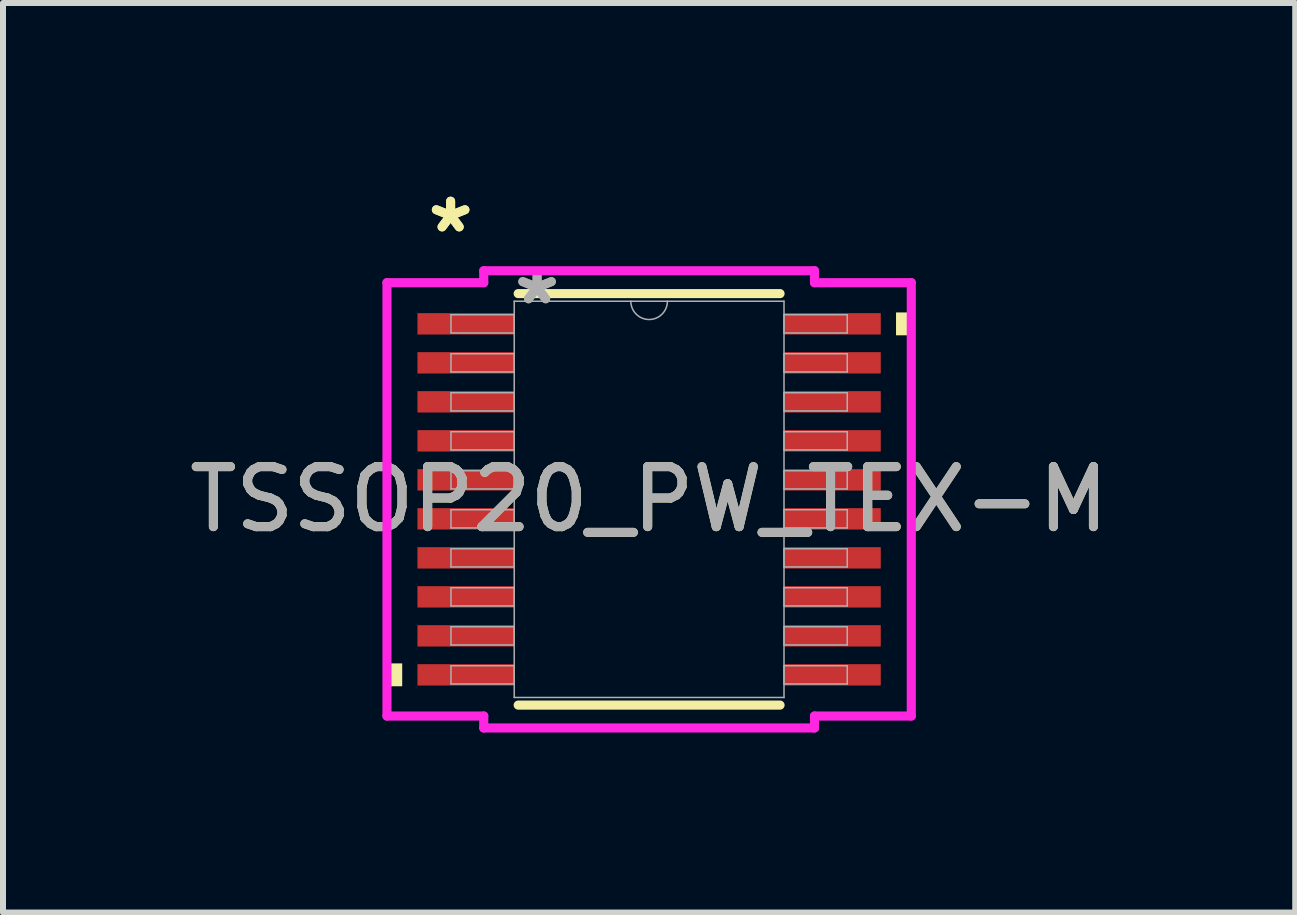
<source format=kicad_pcb>
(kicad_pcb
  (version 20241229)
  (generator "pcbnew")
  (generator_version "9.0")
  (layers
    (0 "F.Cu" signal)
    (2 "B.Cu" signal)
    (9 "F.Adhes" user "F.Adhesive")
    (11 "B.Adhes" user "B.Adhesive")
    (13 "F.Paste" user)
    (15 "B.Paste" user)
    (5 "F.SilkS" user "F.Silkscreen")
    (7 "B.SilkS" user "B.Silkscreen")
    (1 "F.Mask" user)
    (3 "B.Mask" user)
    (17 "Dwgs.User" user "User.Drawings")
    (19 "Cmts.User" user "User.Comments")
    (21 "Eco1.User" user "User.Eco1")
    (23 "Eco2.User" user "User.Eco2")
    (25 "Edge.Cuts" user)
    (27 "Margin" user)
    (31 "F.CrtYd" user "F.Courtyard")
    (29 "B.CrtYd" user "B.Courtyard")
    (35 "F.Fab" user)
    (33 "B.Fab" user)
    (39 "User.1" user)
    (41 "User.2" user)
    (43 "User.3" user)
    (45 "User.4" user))
  (footprint "TSSOP20_PW_TEX-M"
    (layer "F.Cu")
    (at 7.768 5.272)
    (property "Reference" "TSSOP20_PW_TEX-M" (at 0 0 0) (unlocked yes) (layer "F.SilkS") (effects (font (size 1 1) (thickness 0.15))))
    (attr smd)
    (fp_line (start -2.182 3.429) (end 2.182 3.429) (stroke (width 0.152) (type solid)) (layer "F.SilkS"))
    (fp_line (start 2.182 -3.429) (end -2.182 -3.429) (stroke (width 0.152) (type solid)) (layer "F.SilkS"))
    (fp_poly (pts (xy -4.369 2.734) (xy -4.369 3.115) (xy -4.115 3.115) (xy -4.115 2.734)) (stroke (width 0) (type solid)) (fill yes) (layer "F.SilkS"))
    (fp_poly (pts (xy 4.369 -3.115) (xy 4.369 -2.734) (xy 4.115 -2.734) (xy 4.115 -3.115)) (stroke (width 0) (type solid)) (fill yes) (layer "F.SilkS"))
    (fp_line (start -4.369 -3.611) (end -2.756 -3.611) (stroke (width 0.152) (type solid)) (layer "F.CrtYd"))
    (fp_line (start -4.369 3.611) (end -4.369 -3.611) (stroke (width 0.152) (type solid)) (layer "F.CrtYd"))
    (fp_line (start -4.369 3.611) (end -2.756 3.611) (stroke (width 0.152) (type solid)) (layer "F.CrtYd"))
    (fp_line (start -2.756 -3.81) (end 2.756 -3.81) (stroke (width 0.152) (type solid)) (layer "F.CrtYd"))
    (fp_line (start -2.756 -3.611) (end -2.756 -3.81) (stroke (width 0.152) (type solid)) (layer "F.CrtYd"))
    (fp_line (start -2.756 3.81) (end -2.756 3.611) (stroke (width 0.152) (type solid)) (layer "F.CrtYd"))
    (fp_line (start 2.756 -3.81) (end 2.756 -3.611) (stroke (width 0.152) (type solid)) (layer "F.CrtYd"))
    (fp_line (start 2.756 3.611) (end 2.756 3.81) (stroke (width 0.152) (type solid)) (layer "F.CrtYd"))
    (fp_line (start 2.756 3.81) (end -2.756 3.81) (stroke (width 0.152) (type solid)) (layer "F.CrtYd"))
    (fp_line (start 4.369 -3.611) (end 2.756 -3.611) (stroke (width 0.152) (type solid)) (layer "F.CrtYd"))
    (fp_line (start 4.369 -3.611) (end 4.369 3.611) (stroke (width 0.152) (type solid)) (layer "F.CrtYd"))
    (fp_line (start 4.369 3.611) (end 2.756 3.611) (stroke (width 0.152) (type solid)) (layer "F.CrtYd"))
    (fp_line (start -3.302 -3.077) (end -3.302 -2.773) (stroke (width 0.025) (type solid)) (layer "F.Fab"))
    (fp_line (start -3.302 -2.773) (end -2.248 -2.773) (stroke (width 0.025) (type solid)) (layer "F.Fab"))
    (fp_line (start -3.302 -2.427) (end -3.302 -2.123) (stroke (width 0.025) (type solid)) (layer "F.Fab"))
    (fp_line (start -3.302 -2.123) (end -2.248 -2.123) (stroke (width 0.025) (type solid)) (layer "F.Fab"))
    (fp_line (start -3.302 -1.777) (end -3.302 -1.473) (stroke (width 0.025) (type solid)) (layer "F.Fab"))
    (fp_line (start -3.302 -1.473) (end -2.248 -1.473) (stroke (width 0.025) (type solid)) (layer "F.Fab"))
    (fp_line (start -3.302 -1.127) (end -3.302 -0.823) (stroke (width 0.025) (type solid)) (layer "F.Fab"))
    (fp_line (start -3.302 -0.823) (end -2.248 -0.823) (stroke (width 0.025) (type solid)) (layer "F.Fab"))
    (fp_line (start -3.302 -0.477) (end -3.302 -0.173) (stroke (width 0.025) (type solid)) (layer "F.Fab"))
    (fp_line (start -3.302 -0.173) (end -2.248 -0.173) (stroke (width 0.025) (type solid)) (layer "F.Fab"))
    (fp_line (start -3.302 0.173) (end -3.302 0.477) (stroke (width 0.025) (type solid)) (layer "F.Fab"))
    (fp_line (start -3.302 0.477) (end -2.248 0.477) (stroke (width 0.025) (type solid)) (layer "F.Fab"))
    (fp_line (start -3.302 0.823) (end -3.302 1.127) (stroke (width 0.025) (type solid)) (layer "F.Fab"))
    (fp_line (start -3.302 1.127) (end -2.248 1.127) (stroke (width 0.025) (type solid)) (layer "F.Fab"))
    (fp_line (start -3.302 1.473) (end -3.302 1.777) (stroke (width 0.025) (type solid)) (layer "F.Fab"))
    (fp_line (start -3.302 1.777) (end -2.248 1.777) (stroke (width 0.025) (type solid)) (layer "F.Fab"))
    (fp_line (start -3.302 2.123) (end -3.302 2.427) (stroke (width 0.025) (type solid)) (layer "F.Fab"))
    (fp_line (start -3.302 2.427) (end -2.248 2.427) (stroke (width 0.025) (type solid)) (layer "F.Fab"))
    (fp_line (start -3.302 2.773) (end -3.302 3.077) (stroke (width 0.025) (type solid)) (layer "F.Fab"))
    (fp_line (start -3.302 3.077) (end -2.248 3.077) (stroke (width 0.025) (type solid)) (layer "F.Fab"))
    (fp_line (start -2.248 -3.302) (end -2.248 3.302) (stroke (width 0.025) (type solid)) (layer "F.Fab"))
    (fp_line (start -2.248 -3.077) (end -3.302 -3.077) (stroke (width 0.025) (type solid)) (layer "F.Fab"))
    (fp_line (start -2.248 -2.773) (end -2.248 -3.077) (stroke (width 0.025) (type solid)) (layer "F.Fab"))
    (fp_line (start -2.248 -2.427) (end -3.302 -2.427) (stroke (width 0.025) (type solid)) (layer "F.Fab"))
    (fp_line (start -2.248 -2.123) (end -2.248 -2.427) (stroke (width 0.025) (type solid)) (layer "F.Fab"))
    (fp_line (start -2.248 -1.777) (end -3.302 -1.777) (stroke (width 0.025) (type solid)) (layer "F.Fab"))
    (fp_line (start -2.248 -1.473) (end -2.248 -1.777) (stroke (width 0.025) (type solid)) (layer "F.Fab"))
    (fp_line (start -2.248 -1.127) (end -3.302 -1.127) (stroke (width 0.025) (type solid)) (layer "F.Fab"))
    (fp_line (start -2.248 -0.823) (end -2.248 -1.127) (stroke (width 0.025) (type solid)) (layer "F.Fab"))
    (fp_line (start -2.248 -0.477) (end -3.302 -0.477) (stroke (width 0.025) (type solid)) (layer "F.Fab"))
    (fp_line (start -2.248 -0.173) (end -2.248 -0.477) (stroke (width 0.025) (type solid)) (layer "F.Fab"))
    (fp_line (start -2.248 0.173) (end -3.302 0.173) (stroke (width 0.025) (type solid)) (layer "F.Fab"))
    (fp_line (start -2.248 0.477) (end -2.248 0.173) (stroke (width 0.025) (type solid)) (layer "F.Fab"))
    (fp_line (start -2.248 0.823) (end -3.302 0.823) (stroke (width 0.025) (type solid)) (layer "F.Fab"))
    (fp_line (start -2.248 1.127) (end -2.248 0.823) (stroke (width 0.025) (type solid)) (layer "F.Fab"))
    (fp_line (start -2.248 1.473) (end -3.302 1.473) (stroke (width 0.025) (type solid)) (layer "F.Fab"))
    (fp_line (start -2.248 1.777) (end -2.248 1.473) (stroke (width 0.025) (type solid)) (layer "F.Fab"))
    (fp_line (start -2.248 2.123) (end -3.302 2.123) (stroke (width 0.025) (type solid)) (layer "F.Fab"))
    (fp_line (start -2.248 2.427) (end -2.248 2.123) (stroke (width 0.025) (type solid)) (layer "F.Fab"))
    (fp_line (start -2.248 2.773) (end -3.302 2.773) (stroke (width 0.025) (type solid)) (layer "F.Fab"))
    (fp_line (start -2.248 3.077) (end -2.248 2.773) (stroke (width 0.025) (type solid)) (layer "F.Fab"))
    (fp_line (start -2.248 3.302) (end 2.248 3.302) (stroke (width 0.025) (type solid)) (layer "F.Fab"))
    (fp_line (start 2.248 -3.302) (end -2.248 -3.302) (stroke (width 0.025) (type solid)) (layer "F.Fab"))
    (fp_line (start 2.248 -3.077) (end 2.248 -2.773) (stroke (width 0.025) (type solid)) (layer "F.Fab"))
    (fp_line (start 2.248 -2.773) (end 3.302 -2.773) (stroke (width 0.025) (type solid)) (layer "F.Fab"))
    (fp_line (start 2.248 -2.427) (end 2.248 -2.123) (stroke (width 0.025) (type solid)) (layer "F.Fab"))
    (fp_line (start 2.248 -2.123) (end 3.302 -2.123) (stroke (width 0.025) (type solid)) (layer "F.Fab"))
    (fp_line (start 2.248 -1.777) (end 2.248 -1.473) (stroke (width 0.025) (type solid)) (layer "F.Fab"))
    (fp_line (start 2.248 -1.473) (end 3.302 -1.473) (stroke (width 0.025) (type solid)) (layer "F.Fab"))
    (fp_line (start 2.248 -1.127) (end 2.248 -0.823) (stroke (width 0.025) (type solid)) (layer "F.Fab"))
    (fp_line (start 2.248 -0.823) (end 3.302 -0.823) (stroke (width 0.025) (type solid)) (layer "F.Fab"))
    (fp_line (start 2.248 -0.477) (end 2.248 -0.173) (stroke (width 0.025) (type solid)) (layer "F.Fab"))
    (fp_line (start 2.248 -0.173) (end 3.302 -0.173) (stroke (width 0.025) (type solid)) (layer "F.Fab"))
    (fp_line (start 2.248 0.173) (end 2.248 0.477) (stroke (width 0.025) (type solid)) (layer "F.Fab"))
    (fp_line (start 2.248 0.477) (end 3.302 0.477) (stroke (width 0.025) (type solid)) (layer "F.Fab"))
    (fp_line (start 2.248 0.823) (end 2.248 1.127) (stroke (width 0.025) (type solid)) (layer "F.Fab"))
    (fp_line (start 2.248 1.127) (end 3.302 1.127) (stroke (width 0.025) (type solid)) (layer "F.Fab"))
    (fp_line (start 2.248 1.473) (end 2.248 1.777) (stroke (width 0.025) (type solid)) (layer "F.Fab"))
    (fp_line (start 2.248 1.777) (end 3.302 1.777) (stroke (width 0.025) (type solid)) (layer "F.Fab"))
    (fp_line (start 2.248 2.123) (end 2.248 2.427) (stroke (width 0.025) (type solid)) (layer "F.Fab"))
    (fp_line (start 2.248 2.427) (end 3.302 2.427) (stroke (width 0.025) (type solid)) (layer "F.Fab"))
    (fp_line (start 2.248 2.773) (end 2.248 3.077) (stroke (width 0.025) (type solid)) (layer "F.Fab"))
    (fp_line (start 2.248 3.077) (end 3.302 3.077) (stroke (width 0.025) (type solid)) (layer "F.Fab"))
    (fp_line (start 2.248 3.302) (end 2.248 -3.302) (stroke (width 0.025) (type solid)) (layer "F.Fab"))
    (fp_line (start 3.302 -3.077) (end 2.248 -3.077) (stroke (width 0.025) (type solid)) (layer "F.Fab"))
    (fp_line (start 3.302 -2.773) (end 3.302 -3.077) (stroke (width 0.025) (type solid)) (layer "F.Fab"))
    (fp_line (start 3.302 -2.427) (end 2.248 -2.427) (stroke (width 0.025) (type solid)) (layer "F.Fab"))
    (fp_line (start 3.302 -2.123) (end 3.302 -2.427) (stroke (width 0.025) (type solid)) (layer "F.Fab"))
    (fp_line (start 3.302 -1.777) (end 2.248 -1.777) (stroke (width 0.025) (type solid)) (layer "F.Fab"))
    (fp_line (start 3.302 -1.473) (end 3.302 -1.777) (stroke (width 0.025) (type solid)) (layer "F.Fab"))
    (fp_line (start 3.302 -1.127) (end 2.248 -1.127) (stroke (width 0.025) (type solid)) (layer "F.Fab"))
    (fp_line (start 3.302 -0.823) (end 3.302 -1.127) (stroke (width 0.025) (type solid)) (layer "F.Fab"))
    (fp_line (start 3.302 -0.477) (end 2.248 -0.477) (stroke (width 0.025) (type solid)) (layer "F.Fab"))
    (fp_line (start 3.302 -0.173) (end 3.302 -0.477) (stroke (width 0.025) (type solid)) (layer "F.Fab"))
    (fp_line (start 3.302 0.173) (end 2.248 0.173) (stroke (width 0.025) (type solid)) (layer "F.Fab"))
    (fp_line (start 3.302 0.477) (end 3.302 0.173) (stroke (width 0.025) (type solid)) (layer "F.Fab"))
    (fp_line (start 3.302 0.823) (end 2.248 0.823) (stroke (width 0.025) (type solid)) (layer "F.Fab"))
    (fp_line (start 3.302 1.127) (end 3.302 0.823) (stroke (width 0.025) (type solid)) (layer "F.Fab"))
    (fp_line (start 3.302 1.473) (end 2.248 1.473) (stroke (width 0.025) (type solid)) (layer "F.Fab"))
    (fp_line (start 3.302 1.777) (end 3.302 1.473) (stroke (width 0.025) (type solid)) (layer "F.Fab"))
    (fp_line (start 3.302 2.123) (end 2.248 2.123) (stroke (width 0.025) (type solid)) (layer "F.Fab"))
    (fp_line (start 3.302 2.427) (end 3.302 2.123) (stroke (width 0.025) (type solid)) (layer "F.Fab"))
    (fp_line (start 3.302 2.773) (end 2.248 2.773) (stroke (width 0.025) (type solid)) (layer "F.Fab"))
    (fp_line (start 3.302 3.077) (end 3.302 2.773) (stroke (width 0.025) (type solid)) (layer "F.Fab"))
    (fp_arc (start 0.3048 -3.302) (mid 0 -2.9972) (end -0.3048 -3.302) (stroke (width 0.0254) (type solid)) (layer "F.Fab"))
    (fp_text user "*" (at -3.308 -4.424 0) (unlocked yes) (layer "F.SilkS") (effects (font (size 1 1) (thickness 0.15))))
    (fp_text user "*" (at -3.308 -4.424 0) (layer "F.SilkS") (effects (font (size 1 1) (thickness 0.15))))
    (fp_text user "*" (at -1.867 -3.226 0) (layer "F.Fab") (effects (font (size 1 1) (thickness 0.15))))
    (fp_text user "*" (at -1.867 -3.226 0) (unlocked yes) (layer "F.Fab") (effects (font (size 1 1) (thickness 0.15))))
    (fp_text user "${REFERENCE}" (at 0 0 0) (unlocked yes) (layer "F.Fab") (effects (font (size 1 1) (thickness 0.15))))
    (pad "1" smd rect (at -3.054 -2.925) (size 1.613 0.356) (layers "F.Cu" "F.Mask" "F.Paste"))
    (pad "2" smd rect (at -3.054 -2.275) (size 1.613 0.356) (layers "F.Cu" "F.Mask" "F.Paste"))
    (pad "3" smd rect (at -3.054 -1.625) (size 1.613 0.356) (layers "F.Cu" "F.Mask" "F.Paste"))
    (pad "4" smd rect (at -3.054 -0.975) (size 1.613 0.356) (layers "F.Cu" "F.Mask" "F.Paste"))
    (pad "5" smd rect (at -3.054 -0.325) (size 1.613 0.356) (layers "F.Cu" "F.Mask" "F.Paste"))
    (pad "6" smd rect (at -3.054 0.325) (size 1.613 0.356) (layers "F.Cu" "F.Mask" "F.Paste"))
    (pad "7" smd rect (at -3.054 0.975) (size 1.613 0.356) (layers "F.Cu" "F.Mask" "F.Paste"))
    (pad "8" smd rect (at -3.054 1.625) (size 1.613 0.356) (layers "F.Cu" "F.Mask" "F.Paste"))
    (pad "9" smd rect (at -3.054 2.275) (size 1.613 0.356) (layers "F.Cu" "F.Mask" "F.Paste"))
    (pad "10" smd rect (at -3.054 2.925) (size 1.613 0.356) (layers "F.Cu" "F.Mask" "F.Paste"))
    (pad "11" smd rect (at 3.054 2.925) (size 1.613 0.356) (layers "F.Cu" "F.Mask" "F.Paste"))
    (pad "12" smd rect (at 3.054 2.275) (size 1.613 0.356) (layers "F.Cu" "F.Mask" "F.Paste"))
    (pad "13" smd rect (at 3.054 1.625) (size 1.613 0.356) (layers "F.Cu" "F.Mask" "F.Paste"))
    (pad "14" smd rect (at 3.054 0.975) (size 1.613 0.356) (layers "F.Cu" "F.Mask" "F.Paste"))
    (pad "15" smd rect (at 3.054 0.325) (size 1.613 0.356) (layers "F.Cu" "F.Mask" "F.Paste"))
    (pad "16" smd rect (at 3.054 -0.325) (size 1.613 0.356) (layers "F.Cu" "F.Mask" "F.Paste"))
    (pad "17" smd rect (at 3.054 -0.975) (size 1.613 0.356) (layers "F.Cu" "F.Mask" "F.Paste"))
    (pad "18" smd rect (at 3.054 -1.625) (size 1.613 0.356) (layers "F.Cu" "F.Mask" "F.Paste"))
    (pad "19" smd rect (at 3.054 -2.275) (size 1.613 0.356) (layers "F.Cu" "F.Mask" "F.Paste"))
    (pad "20" smd rect (at 3.054 -2.925) (size 1.613 0.356) (layers "F.Cu" "F.Mask" "F.Paste")))
  (gr_rect
    (start -3 -3)
    (end 18.536 12.158)
    (stroke (width 0.1) (type default))
    (fill no)
    (layer "Edge.Cuts")))
</source>
